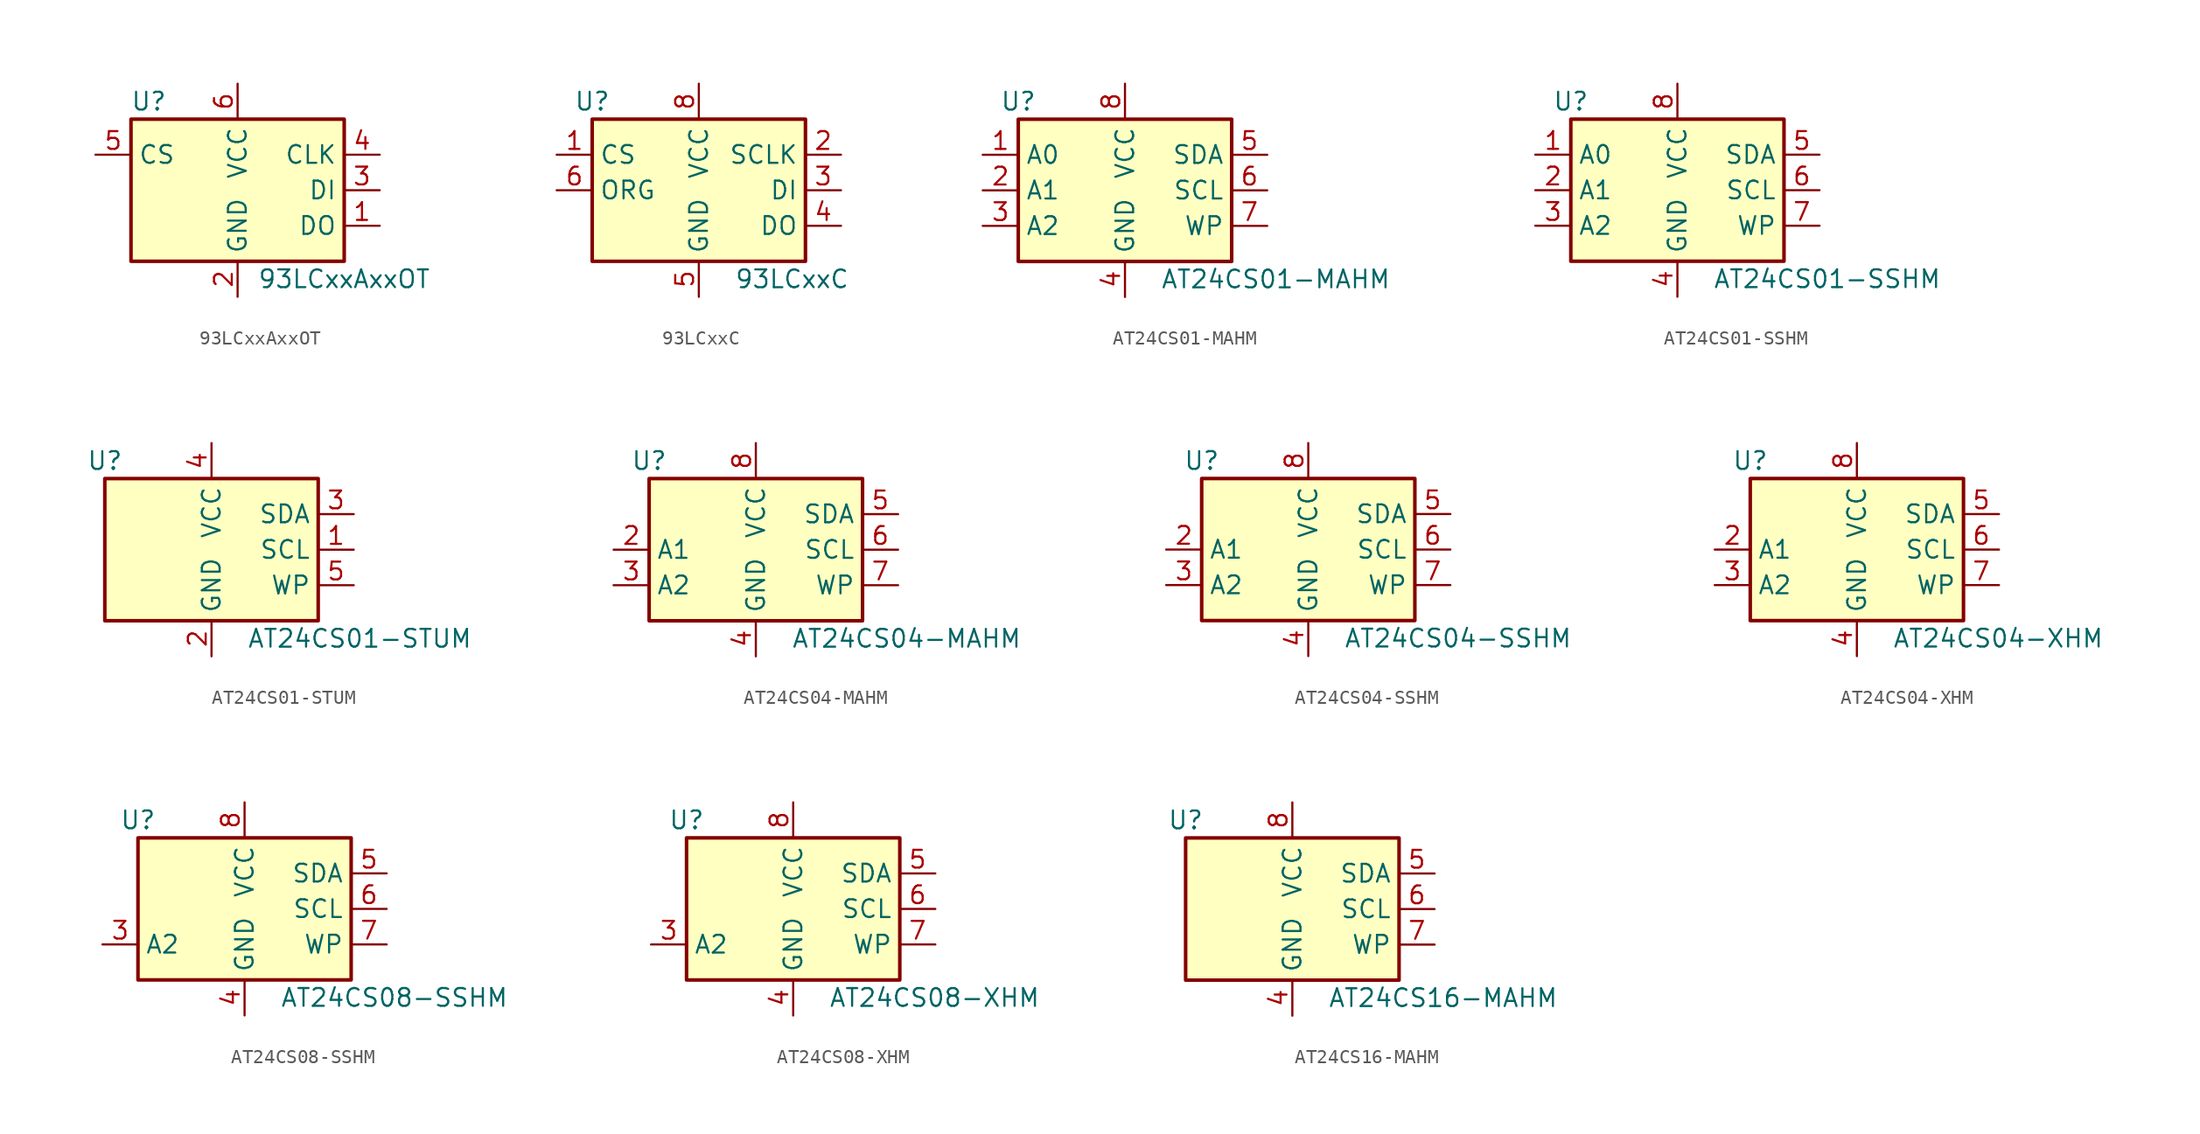
<source format=kicad_sym>
(kicad_symbol_lib
  (version 20211014)
  (generator kicad_symbol_editor)
  (symbol "93LCxxAxxOT"
    (property "Reference" "U"
      (at -6.35 6.35 0)
      (effects (font (size 1.27 1.27))))
    (property "Value" "93LCxxAxxOT"
      (at 7.62 -6.35 0)
      (effects (font (size 1.27 1.27))))
    (symbol "93LCxxAxxOT_0_1"
      (rectangle (start -7.62 5.08) (end 7.62 -5.08) (stroke (width 0.254) (type default) (color 0 0 0 0)) (fill (type background))))
    (symbol "93LCxxAxxOT_1_1"
      (pin tri_state line (at 10.16 -2.54 180) (length 2.54) (name "DO" (effects (font (size 1.27 1.27)))) (number "1" (effects (font (size 1.27 1.27)))))
      (pin power_in line (at 0 -7.62 90) (length 2.54) (name "GND" (effects (font (size 1.27 1.27)))) (number "2" (effects (font (size 1.27 1.27)))))
      (pin input line (at 10.16 0 180) (length 2.54) (name "DI" (effects (font (size 1.27 1.27)))) (number "3" (effects (font (size 1.27 1.27)))))
      (pin input line (at 10.16 2.54 180) (length 2.54) (name "CLK" (effects (font (size 1.27 1.27)))) (number "4" (effects (font (size 1.27 1.27)))))
      (pin input line (at -10.16 2.54 0) (length 2.54) (name "CS" (effects (font (size 1.27 1.27)))) (number "5" (effects (font (size 1.27 1.27)))))
      (pin power_in line (at 0 7.62 270) (length 2.54) (name "VCC" (effects (font (size 1.27 1.27)))) (number "6" (effects (font (size 1.27 1.27)))))))
  (symbol "93LCxxC"
    (property "Reference" "U"
      (at -7.62 6.35 0)
      (effects (font (size 1.27 1.27))))
    (property "Value" "93LCxxC"
      (at 2.54 -6.35 0)
      (effects (font (size 1.27 1.27)) (justify left)))
    (symbol "93LCxxC_1_1"
      (rectangle (start -7.62 5.08) (end 7.62 -5.08) (stroke (width 0.254) (type default) (color 0 0 0 0)) (fill (type background)))
      (pin input line (at -10.16 2.54 0) (length 2.54) (name "CS" (effects (font (size 1.27 1.27)))) (number "1" (effects (font (size 1.27 1.27)))))
      (pin input line (at 10.16 2.54 180) (length 2.54) (name "SCLK" (effects (font (size 1.27 1.27)))) (number "2" (effects (font (size 1.27 1.27)))))
      (pin input line (at 10.16 0 180) (length 2.54) (name "DI" (effects (font (size 1.27 1.27)))) (number "3" (effects (font (size 1.27 1.27)))))
      (pin tri_state line (at 10.16 -2.54 180) (length 2.54) (name "DO" (effects (font (size 1.27 1.27)))) (number "4" (effects (font (size 1.27 1.27)))))
      (pin power_in line (at 0 -7.62 90) (length 2.54) (name "GND" (effects (font (size 1.27 1.27)))) (number "5" (effects (font (size 1.27 1.27)))))
      (pin input line (at -10.16 0 0) (length 2.54) (name "ORG" (effects (font (size 1.27 1.27)))) (number "6" (effects (font (size 1.27 1.27)))))
      (pin no_connect line (at -7.62 -2.54 0) (length 2.54) hide (name "NC" (effects (font (size 1.27 1.27)))) (number "7" (effects (font (size 1.27 1.27)))))
      (pin power_in line (at 0 7.62 270) (length 2.54) (name "VCC" (effects (font (size 1.27 1.27)))) (number "8" (effects (font (size 1.27 1.27)))))))
  (symbol "AT24CS01-MAHM"
    (property "Reference" "U"
      (at -7.62 6.35 0)
      (effects (font (size 1.27 1.27))))
    (property "Value" "AT24CS01-MAHM"
      (at 2.54 -6.35 0)
      (effects (font (size 1.27 1.27)) (justify left)))
    (symbol "AT24CS01-MAHM_1_1"
      (rectangle (start -7.62 5.08) (end 7.62 -5.08) (stroke (width 0.254) (type default) (color 0 0 0 0)) (fill (type background)))
      (pin input line (at -10.16 2.54 0) (length 2.54) (name "A0" (effects (font (size 1.27 1.27)))) (number "1" (effects (font (size 1.27 1.27)))))
      (pin input line (at -10.16 0 0) (length 2.54) (name "A1" (effects (font (size 1.27 1.27)))) (number "2" (effects (font (size 1.27 1.27)))))
      (pin input line (at -10.16 -2.54 0) (length 2.54) (name "A2" (effects (font (size 1.27 1.27)))) (number "3" (effects (font (size 1.27 1.27)))))
      (pin power_in line (at 0 -7.62 90) (length 2.54) (name "GND" (effects (font (size 1.27 1.27)))) (number "4" (effects (font (size 1.27 1.27)))))
      (pin bidirectional line (at 10.16 2.54 180) (length 2.54) (name "SDA" (effects (font (size 1.27 1.27)))) (number "5" (effects (font (size 1.27 1.27)))))
      (pin input line (at 10.16 0 180) (length 2.54) (name "SCL" (effects (font (size 1.27 1.27)))) (number "6" (effects (font (size 1.27 1.27)))))
      (pin input line (at 10.16 -2.54 180) (length 2.54) (name "WP" (effects (font (size 1.27 1.27)))) (number "7" (effects (font (size 1.27 1.27)))))
      (pin power_in line (at 0 7.62 270) (length 2.54) (name "VCC" (effects (font (size 1.27 1.27)))) (number "8" (effects (font (size 1.27 1.27)))))))
  (symbol "AT24CS01-SSHM"
    (property "Reference" "U"
      (at -7.62 6.35 0)
      (effects (font (size 1.27 1.27))))
    (property "Value" "AT24CS01-SSHM"
      (at 2.54 -6.35 0)
      (effects (font (size 1.27 1.27)) (justify left)))
    (symbol "AT24CS01-SSHM_1_1"
      (rectangle (start -7.62 5.08) (end 7.62 -5.08) (stroke (width 0.254) (type default) (color 0 0 0 0)) (fill (type background)))
      (pin input line (at -10.16 2.54 0) (length 2.54) (name "A0" (effects (font (size 1.27 1.27)))) (number "1" (effects (font (size 1.27 1.27)))))
      (pin input line (at -10.16 0 0) (length 2.54) (name "A1" (effects (font (size 1.27 1.27)))) (number "2" (effects (font (size 1.27 1.27)))))
      (pin input line (at -10.16 -2.54 0) (length 2.54) (name "A2" (effects (font (size 1.27 1.27)))) (number "3" (effects (font (size 1.27 1.27)))))
      (pin power_in line (at 0 -7.62 90) (length 2.54) (name "GND" (effects (font (size 1.27 1.27)))) (number "4" (effects (font (size 1.27 1.27)))))
      (pin bidirectional line (at 10.16 2.54 180) (length 2.54) (name "SDA" (effects (font (size 1.27 1.27)))) (number "5" (effects (font (size 1.27 1.27)))))
      (pin input line (at 10.16 0 180) (length 2.54) (name "SCL" (effects (font (size 1.27 1.27)))) (number "6" (effects (font (size 1.27 1.27)))))
      (pin input line (at 10.16 -2.54 180) (length 2.54) (name "WP" (effects (font (size 1.27 1.27)))) (number "7" (effects (font (size 1.27 1.27)))))
      (pin power_in line (at 0 7.62 270) (length 2.54) (name "VCC" (effects (font (size 1.27 1.27)))) (number "8" (effects (font (size 1.27 1.27)))))))
  (symbol "AT24CS01-STUM"
    (property "Reference" "U"
      (at -7.62 6.35 0)
      (effects (font (size 1.27 1.27))))
    (property "Value" "AT24CS01-STUM"
      (at 2.54 -6.35 0)
      (effects (font (size 1.27 1.27)) (justify left)))
    (symbol "AT24CS01-STUM_1_1"
      (rectangle (start -7.62 5.08) (end 7.62 -5.08) (stroke (width 0.254) (type default) (color 0 0 0 0)) (fill (type background)))
      (pin input line (at 10.16 0 180) (length 2.54) (name "SCL" (effects (font (size 1.27 1.27)))) (number "1" (effects (font (size 1.27 1.27)))))
      (pin power_in line (at 0 -7.62 90) (length 2.54) (name "GND" (effects (font (size 1.27 1.27)))) (number "2" (effects (font (size 1.27 1.27)))))
      (pin bidirectional line (at 10.16 2.54 180) (length 2.54) (name "SDA" (effects (font (size 1.27 1.27)))) (number "3" (effects (font (size 1.27 1.27)))))
      (pin power_in line (at 0 7.62 270) (length 2.54) (name "VCC" (effects (font (size 1.27 1.27)))) (number "4" (effects (font (size 1.27 1.27)))))
      (pin input line (at 10.16 -2.54 180) (length 2.54) (name "WP" (effects (font (size 1.27 1.27)))) (number "5" (effects (font (size 1.27 1.27)))))))
  (symbol "AT24CS04-MAHM"
    (property "Reference" "U"
      (at -7.62 6.35 0)
      (effects (font (size 1.27 1.27))))
    (property "Value" "AT24CS04-MAHM"
      (at 2.54 -6.35 0)
      (effects (font (size 1.27 1.27)) (justify left)))
    (symbol "AT24CS04-MAHM_1_1"
      (rectangle (start -7.62 5.08) (end 7.62 -5.08) (stroke (width 0.254) (type default) (color 0 0 0 0)) (fill (type background)))
      (pin input line (at -10.16 0 0) (length 2.54) (name "A1" (effects (font (size 1.27 1.27)))) (number "2" (effects (font (size 1.27 1.27)))))
      (pin input line (at -10.16 -2.54 0) (length 2.54) (name "A2" (effects (font (size 1.27 1.27)))) (number "3" (effects (font (size 1.27 1.27)))))
      (pin power_in line (at 0 -7.62 90) (length 2.54) (name "GND" (effects (font (size 1.27 1.27)))) (number "4" (effects (font (size 1.27 1.27)))))
      (pin bidirectional line (at 10.16 2.54 180) (length 2.54) (name "SDA" (effects (font (size 1.27 1.27)))) (number "5" (effects (font (size 1.27 1.27)))))
      (pin input line (at 10.16 0 180) (length 2.54) (name "SCL" (effects (font (size 1.27 1.27)))) (number "6" (effects (font (size 1.27 1.27)))))
      (pin input line (at 10.16 -2.54 180) (length 2.54) (name "WP" (effects (font (size 1.27 1.27)))) (number "7" (effects (font (size 1.27 1.27)))))
      (pin power_in line (at 0 7.62 270) (length 2.54) (name "VCC" (effects (font (size 1.27 1.27)))) (number "8" (effects (font (size 1.27 1.27)))))))
  (symbol "AT24CS04-SSHM"
    (property "Reference" "U"
      (at -7.62 6.35 0)
      (effects (font (size 1.27 1.27))))
    (property "Value" "AT24CS04-SSHM"
      (at 2.54 -6.35 0)
      (effects (font (size 1.27 1.27)) (justify left)))
    (symbol "AT24CS04-SSHM_1_1"
      (rectangle (start -7.62 5.08) (end 7.62 -5.08) (stroke (width 0.254) (type default) (color 0 0 0 0)) (fill (type background)))
      (pin input line (at -10.16 0 0) (length 2.54) (name "A1" (effects (font (size 1.27 1.27)))) (number "2" (effects (font (size 1.27 1.27)))))
      (pin input line (at -10.16 -2.54 0) (length 2.54) (name "A2" (effects (font (size 1.27 1.27)))) (number "3" (effects (font (size 1.27 1.27)))))
      (pin power_in line (at 0 -7.62 90) (length 2.54) (name "GND" (effects (font (size 1.27 1.27)))) (number "4" (effects (font (size 1.27 1.27)))))
      (pin bidirectional line (at 10.16 2.54 180) (length 2.54) (name "SDA" (effects (font (size 1.27 1.27)))) (number "5" (effects (font (size 1.27 1.27)))))
      (pin input line (at 10.16 0 180) (length 2.54) (name "SCL" (effects (font (size 1.27 1.27)))) (number "6" (effects (font (size 1.27 1.27)))))
      (pin input line (at 10.16 -2.54 180) (length 2.54) (name "WP" (effects (font (size 1.27 1.27)))) (number "7" (effects (font (size 1.27 1.27)))))
      (pin power_in line (at 0 7.62 270) (length 2.54) (name "VCC" (effects (font (size 1.27 1.27)))) (number "8" (effects (font (size 1.27 1.27)))))))
  (symbol "AT24CS04-XHM"
    (property "Reference" "U"
      (at -7.62 6.35 0)
      (effects (font (size 1.27 1.27))))
    (property "Value" "AT24CS04-XHM"
      (at 2.54 -6.35 0)
      (effects (font (size 1.27 1.27)) (justify left)))
    (symbol "AT24CS04-XHM_1_1"
      (rectangle (start -7.62 5.08) (end 7.62 -5.08) (stroke (width 0.254) (type default) (color 0 0 0 0)) (fill (type background)))
      (pin input line (at -10.16 0 0) (length 2.54) (name "A1" (effects (font (size 1.27 1.27)))) (number "2" (effects (font (size 1.27 1.27)))))
      (pin input line (at -10.16 -2.54 0) (length 2.54) (name "A2" (effects (font (size 1.27 1.27)))) (number "3" (effects (font (size 1.27 1.27)))))
      (pin power_in line (at 0 -7.62 90) (length 2.54) (name "GND" (effects (font (size 1.27 1.27)))) (number "4" (effects (font (size 1.27 1.27)))))
      (pin bidirectional line (at 10.16 2.54 180) (length 2.54) (name "SDA" (effects (font (size 1.27 1.27)))) (number "5" (effects (font (size 1.27 1.27)))))
      (pin input line (at 10.16 0 180) (length 2.54) (name "SCL" (effects (font (size 1.27 1.27)))) (number "6" (effects (font (size 1.27 1.27)))))
      (pin input line (at 10.16 -2.54 180) (length 2.54) (name "WP" (effects (font (size 1.27 1.27)))) (number "7" (effects (font (size 1.27 1.27)))))
      (pin power_in line (at 0 7.62 270) (length 2.54) (name "VCC" (effects (font (size 1.27 1.27)))) (number "8" (effects (font (size 1.27 1.27)))))))
  (symbol "AT24CS08-SSHM"
    (property "Reference" "U"
      (at -7.62 6.35 0)
      (effects (font (size 1.27 1.27))))
    (property "Value" "AT24CS08-SSHM"
      (at 2.54 -6.35 0)
      (effects (font (size 1.27 1.27)) (justify left)))
    (symbol "AT24CS08-SSHM_1_1"
      (rectangle (start -7.62 5.08) (end 7.62 -5.08) (stroke (width 0.254) (type default) (color 0 0 0 0)) (fill (type background)))
      (pin input line (at -10.16 -2.54 0) (length 2.54) (name "A2" (effects (font (size 1.27 1.27)))) (number "3" (effects (font (size 1.27 1.27)))))
      (pin power_in line (at 0 -7.62 90) (length 2.54) (name "GND" (effects (font (size 1.27 1.27)))) (number "4" (effects (font (size 1.27 1.27)))))
      (pin bidirectional line (at 10.16 2.54 180) (length 2.54) (name "SDA" (effects (font (size 1.27 1.27)))) (number "5" (effects (font (size 1.27 1.27)))))
      (pin input line (at 10.16 0 180) (length 2.54) (name "SCL" (effects (font (size 1.27 1.27)))) (number "6" (effects (font (size 1.27 1.27)))))
      (pin input line (at 10.16 -2.54 180) (length 2.54) (name "WP" (effects (font (size 1.27 1.27)))) (number "7" (effects (font (size 1.27 1.27)))))
      (pin power_in line (at 0 7.62 270) (length 2.54) (name "VCC" (effects (font (size 1.27 1.27)))) (number "8" (effects (font (size 1.27 1.27)))))))
  (symbol "AT24CS08-XHM"
    (property "Reference" "U"
      (at -7.62 6.35 0)
      (effects (font (size 1.27 1.27))))
    (property "Value" "AT24CS08-XHM"
      (at 2.54 -6.35 0)
      (effects (font (size 1.27 1.27)) (justify left)))
    (symbol "AT24CS08-XHM_1_1"
      (rectangle (start -7.62 5.08) (end 7.62 -5.08) (stroke (width 0.254) (type default) (color 0 0 0 0)) (fill (type background)))
      (pin input line (at -10.16 -2.54 0) (length 2.54) (name "A2" (effects (font (size 1.27 1.27)))) (number "3" (effects (font (size 1.27 1.27)))))
      (pin power_in line (at 0 -7.62 90) (length 2.54) (name "GND" (effects (font (size 1.27 1.27)))) (number "4" (effects (font (size 1.27 1.27)))))
      (pin bidirectional line (at 10.16 2.54 180) (length 2.54) (name "SDA" (effects (font (size 1.27 1.27)))) (number "5" (effects (font (size 1.27 1.27)))))
      (pin input line (at 10.16 0 180) (length 2.54) (name "SCL" (effects (font (size 1.27 1.27)))) (number "6" (effects (font (size 1.27 1.27)))))
      (pin input line (at 10.16 -2.54 180) (length 2.54) (name "WP" (effects (font (size 1.27 1.27)))) (number "7" (effects (font (size 1.27 1.27)))))
      (pin power_in line (at 0 7.62 270) (length 2.54) (name "VCC" (effects (font (size 1.27 1.27)))) (number "8" (effects (font (size 1.27 1.27)))))))
  (symbol "AT24CS16-MAHM"
    (property "Reference" "U"
      (at -7.62 6.35 0)
      (effects (font (size 1.27 1.27))))
    (property "Value" "AT24CS16-MAHM"
      (at 2.54 -6.35 0)
      (effects (font (size 1.27 1.27)) (justify left)))
    (symbol "AT24CS16-MAHM_1_1"
      (rectangle (start -7.62 5.08) (end 7.62 -5.08) (stroke (width 0.254) (type default) (color 0 0 0 0)) (fill (type background)))
      (pin power_in line (at 0 -7.62 90) (length 2.54) (name "GND" (effects (font (size 1.27 1.27)))) (number "4" (effects (font (size 1.27 1.27)))))
      (pin bidirectional line (at 10.16 2.54 180) (length 2.54) (name "SDA" (effects (font (size 1.27 1.27)))) (number "5" (effects (font (size 1.27 1.27)))))
      (pin input line (at 10.16 0 180) (length 2.54) (name "SCL" (effects (font (size 1.27 1.27)))) (number "6" (effects (font (size 1.27 1.27)))))
      (pin input line (at 10.16 -2.54 180) (length 2.54) (name "WP" (effects (font (size 1.27 1.27)))) (number "7" (effects (font (size 1.27 1.27)))))
      (pin power_in line (at 0 7.62 270) (length 2.54) (name "VCC" (effects (font (size 1.27 1.27)))) (number "8" (effects (font (size 1.27 1.27))))))))
</source>
